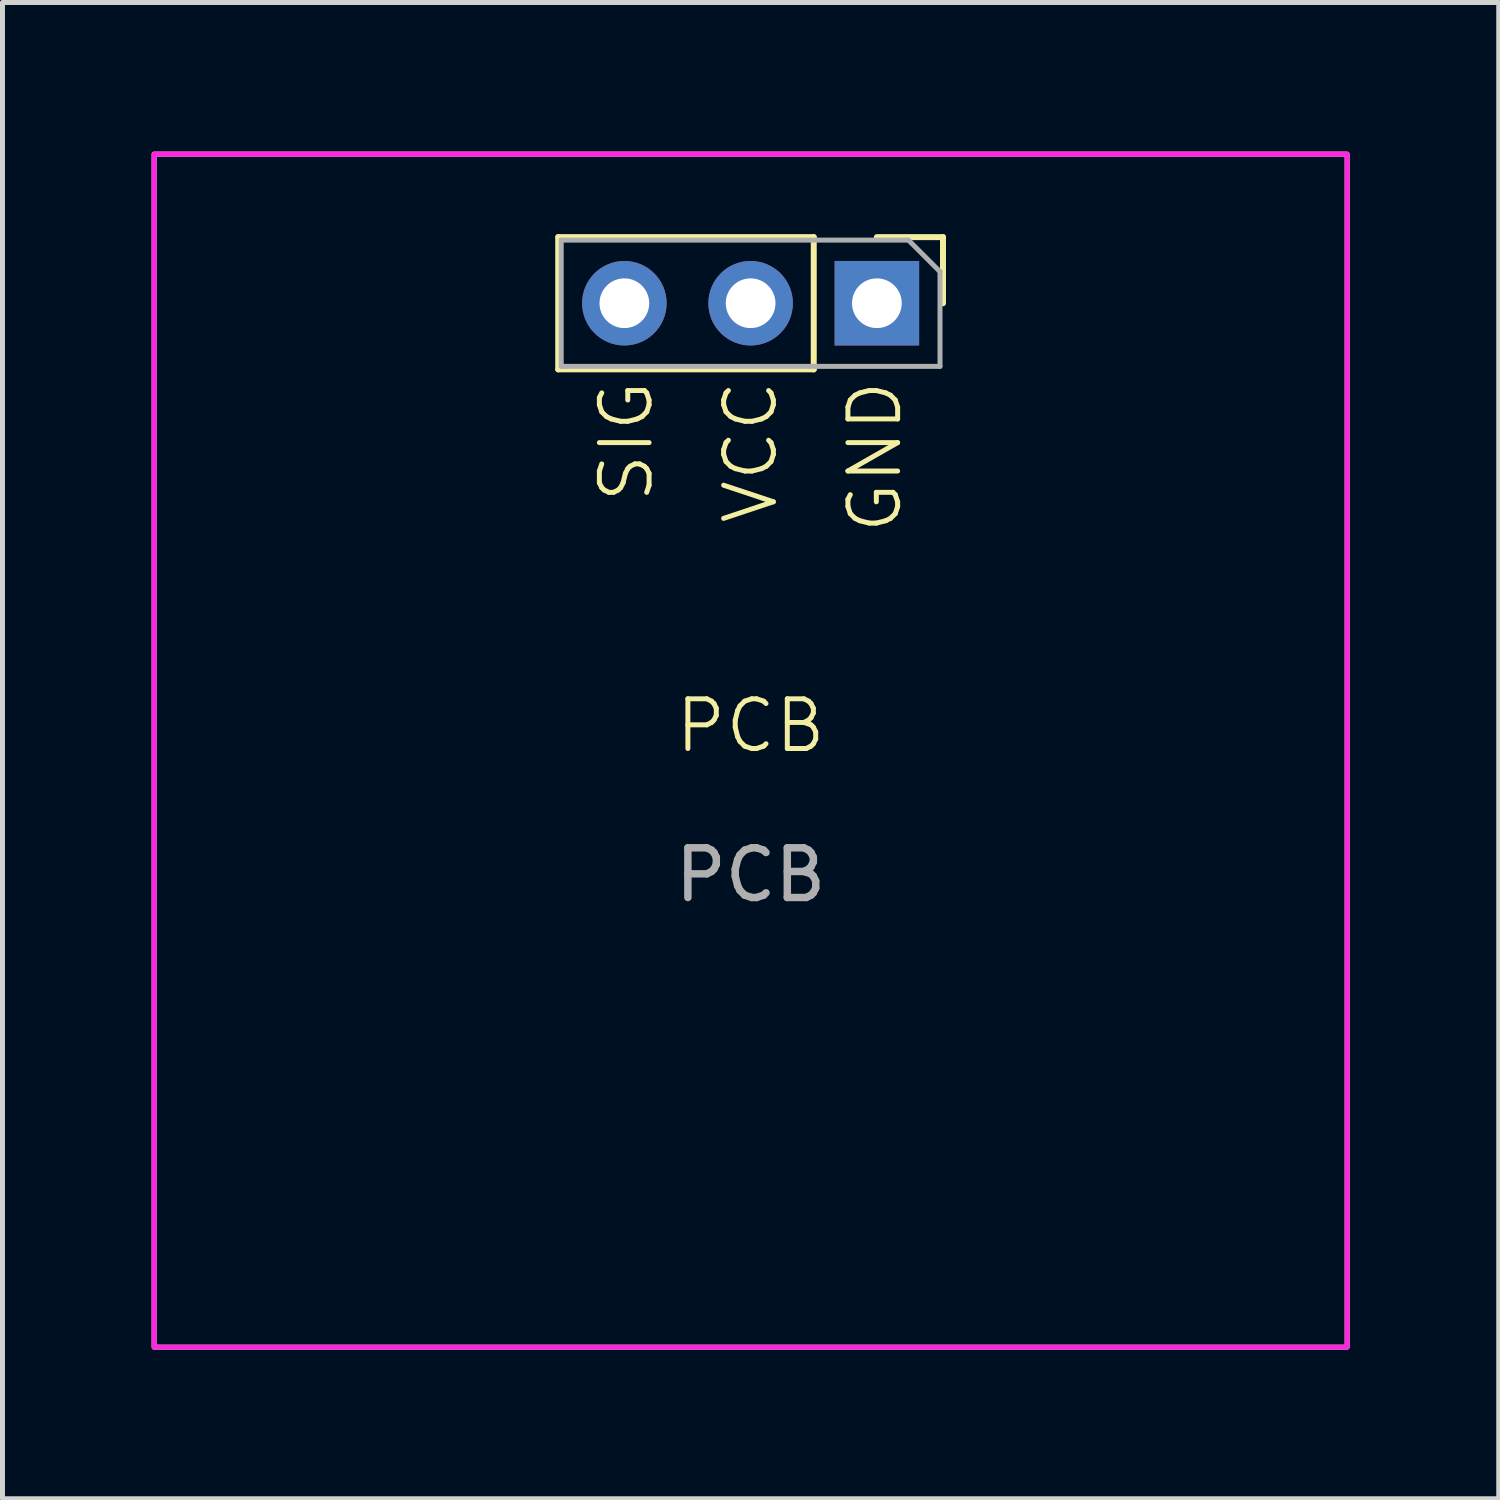
<source format=kicad_pcb>
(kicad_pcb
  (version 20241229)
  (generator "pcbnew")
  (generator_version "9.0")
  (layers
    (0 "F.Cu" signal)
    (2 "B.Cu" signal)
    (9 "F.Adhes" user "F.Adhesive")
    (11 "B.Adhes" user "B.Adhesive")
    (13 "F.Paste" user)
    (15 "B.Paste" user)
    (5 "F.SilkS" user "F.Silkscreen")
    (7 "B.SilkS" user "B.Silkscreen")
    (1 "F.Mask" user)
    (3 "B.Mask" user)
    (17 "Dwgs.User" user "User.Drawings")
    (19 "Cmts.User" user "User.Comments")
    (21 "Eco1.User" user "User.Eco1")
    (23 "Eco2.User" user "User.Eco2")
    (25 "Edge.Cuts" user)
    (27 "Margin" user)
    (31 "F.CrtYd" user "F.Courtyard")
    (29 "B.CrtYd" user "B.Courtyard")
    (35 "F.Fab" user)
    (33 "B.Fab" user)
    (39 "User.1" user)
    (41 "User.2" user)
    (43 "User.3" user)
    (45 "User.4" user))
  (footprint "PCB"
    (layer "F.Cu")
    (at 12.05 12.05)
    (property "Reference" "PCB" (at 0 -0.5 0) (unlocked yes) (layer "F.SilkS") (effects (font (size 1 1) (thickness 0.1))))
    (attr smd)
    (fp_line (start -3.87 -10.33) (end -3.87 -7.67) (stroke (width 0.12) (type solid)) (layer "F.SilkS"))
    (fp_line (start 1.27 -10.33) (end -3.87 -10.33) (stroke (width 0.12) (type solid)) (layer "F.SilkS"))
    (fp_line (start 1.27 -10.33) (end 1.27 -7.67) (stroke (width 0.12) (type solid)) (layer "F.SilkS"))
    (fp_line (start 1.27 -7.67) (end -3.87 -7.67) (stroke (width 0.12) (type solid)) (layer "F.SilkS"))
    (fp_line (start 2.54 -10.33) (end 3.87 -10.33) (stroke (width 0.12) (type solid)) (layer "F.SilkS"))
    (fp_line (start 3.87 -10.33) (end 3.87 -9) (stroke (width 0.12) (type solid)) (layer "F.SilkS"))
    (fp_rect (start -12 -12) (end 12 12) (stroke (width 0.1) (type solid)) (fill no) (layer "F.SilkS"))
    (fp_rect (start -12 -12) (end 12 12) (stroke (width 0.1) (type solid)) (fill no) (layer "F.CrtYd"))
    (fp_line (start -3.81 -10.27) (end 3.175 -10.27) (stroke (width 0.1) (type solid)) (layer "F.Fab"))
    (fp_line (start -3.81 -7.73) (end -3.81 -10.27) (stroke (width 0.1) (type solid)) (layer "F.Fab"))
    (fp_line (start 3.175 -10.27) (end 3.81 -9.635) (stroke (width 0.1) (type solid)) (layer "F.Fab"))
    (fp_line (start 3.81 -9.635) (end 3.81 -7.73) (stroke (width 0.1) (type solid)) (layer "F.Fab"))
    (fp_line (start 3.81 -7.73) (end -3.81 -7.73) (stroke (width 0.1) (type solid)) (layer "F.Fab"))
    (fp_text user "SIG" (at -2.5 -7.5 90) (unlocked yes) (layer "F.SilkS") (effects (font (size 1 1) (thickness 0.1)) (justify right)))
    (fp_text user "VCC" (at 0 -7.5 90) (unlocked yes) (layer "F.SilkS") (effects (font (size 1 1) (thickness 0.1)) (justify right)))
    (fp_text user "GND" (at 2.5 -7.5 90) (unlocked yes) (layer "F.SilkS") (effects (font (size 1 1) (thickness 0.1)) (justify right)))
    (fp_text user "${REFERENCE}" (at 0 2.5 0) (unlocked yes) (layer "F.Fab") (effects (font (size 1 1) (thickness 0.15))))
    (pad "1" thru_hole rect (at 2.54 -9 270) (size 1.7 1.7) (drill 1) (layers "*.Cu" "*.Mask"))
    (pad "2" thru_hole oval (at 0 -9 270) (size 1.7 1.7) (drill 1) (layers "*.Cu" "*.Mask"))
    (pad "3" thru_hole oval (at -2.54 -9 270) (size 1.7 1.7) (drill 1) (layers "*.Cu" "*.Mask"))
    (zone (net_name "") (layers "F.Cu" "B.Cu" "F.SilkS") (hatch edge 0.5) (connect_pads) (min_thickness 0.25) (filled_areas_thickness no) (keepout (tracks not_allowed) (vias not_allowed) (pads not_allowed) (copperpour not_allowed) (footprints allowed)) (placement (enabled no)) (fill) (polygon (pts (xy 24.05 9.55) (xy 24.05 24.05) (xy 0.05 24.05) (xy 0.05 9.55)))))
  (gr_rect
    (start -3 -3)
    (end 27.1 27.1)
    (stroke (width 0.1) (type default))
    (fill no)
    (layer "Edge.Cuts")))
</source>
